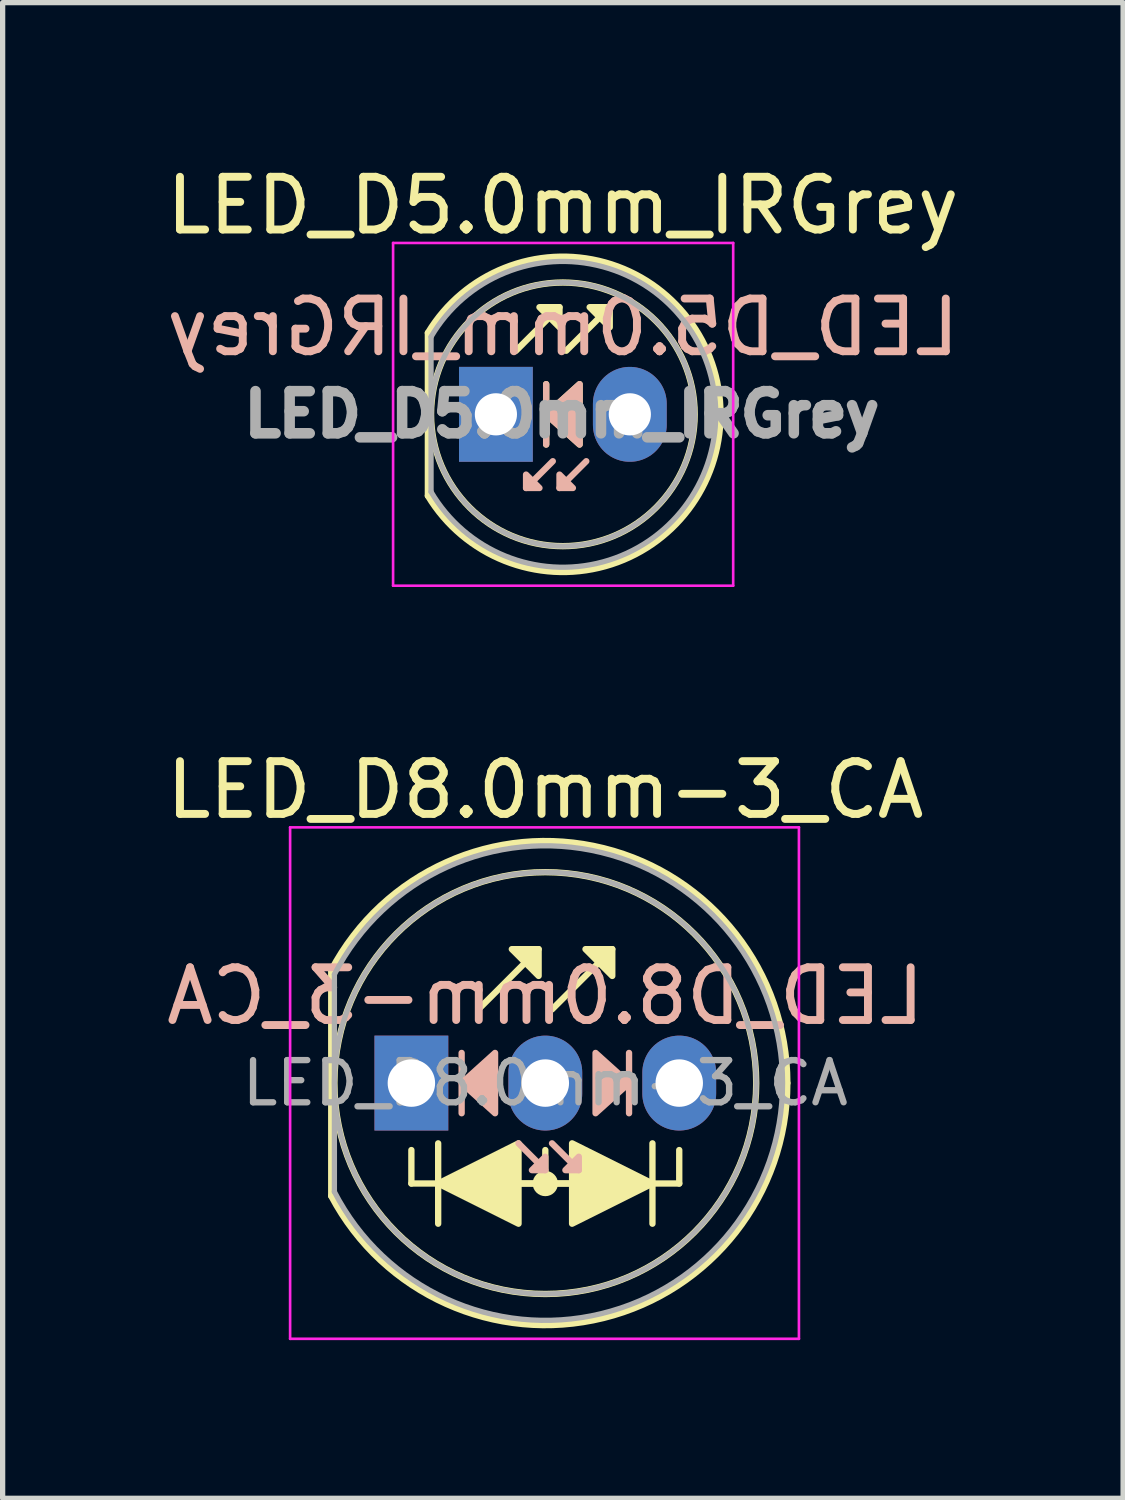
<source format=kicad_pcb>
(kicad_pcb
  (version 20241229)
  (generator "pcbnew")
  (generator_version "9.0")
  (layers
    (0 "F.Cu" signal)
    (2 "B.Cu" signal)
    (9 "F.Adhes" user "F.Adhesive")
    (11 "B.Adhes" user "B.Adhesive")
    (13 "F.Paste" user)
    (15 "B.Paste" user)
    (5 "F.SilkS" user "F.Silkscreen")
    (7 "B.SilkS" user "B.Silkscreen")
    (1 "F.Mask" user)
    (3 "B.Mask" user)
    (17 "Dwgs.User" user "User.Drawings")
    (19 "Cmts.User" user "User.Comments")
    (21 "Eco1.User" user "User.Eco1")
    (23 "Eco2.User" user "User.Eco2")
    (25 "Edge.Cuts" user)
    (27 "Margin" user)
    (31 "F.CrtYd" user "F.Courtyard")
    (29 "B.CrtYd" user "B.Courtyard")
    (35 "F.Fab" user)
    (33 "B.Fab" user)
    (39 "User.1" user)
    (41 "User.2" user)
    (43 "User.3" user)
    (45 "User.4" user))
  (footprint "LED_D8.0mm-3_CA"
    (layer "F.Cu")
    (at 4.752 17.491)
    (property "Reference" "LED_D8.0mm-3_CA" (at 2.54 -5.56 0) (layer "F.SilkS") (effects (font (size 1 1) (thickness 0.15))))
    (fp_line (start -1.52 -2.142) (end -1.52 2.142) (stroke (width 0.12) (type solid)) (layer "F.SilkS"))
    (fp_line (start 0 1.905) (end 0 1.27) (stroke (width 0.12) (type solid)) (layer "F.SilkS"))
    (fp_line (start 0.508 1.143) (end 0.508 2.667) (stroke (width 0.12) (type solid)) (layer "F.SilkS"))
    (fp_line (start 0.508 1.905) (end 0 1.905) (stroke (width 0.12) (type solid)) (layer "F.SilkS"))
    (fp_line (start 1.27 -1.397) (end 2.413 -2.54) (stroke (width 0.12) (type solid)) (layer "F.SilkS"))
    (fp_line (start 2.032 1.905) (end 3.048 1.905) (stroke (width 0.12) (type solid)) (layer "F.SilkS"))
    (fp_line (start 2.54 1.905) (end 2.54 1.27) (stroke (width 0.12) (type solid)) (layer "F.SilkS"))
    (fp_line (start 2.667 -1.397) (end 3.81 -2.54) (stroke (width 0.12) (type solid)) (layer "F.SilkS"))
    (fp_line (start 3.048 1.905) (end 2.032 1.905) (stroke (width 0.12) (type solid)) (layer "F.SilkS"))
    (fp_line (start 4.572 1.905) (end 5.08 1.905) (stroke (width 0.12) (type solid)) (layer "F.SilkS"))
    (fp_line (start 4.572 2.667) (end 4.572 1.143) (stroke (width 0.12) (type solid)) (layer "F.SilkS"))
    (fp_line (start 5.08 1.905) (end 5.08 1.27) (stroke (width 0.12) (type solid)) (layer "F.SilkS"))
    (fp_arc (start -1.52 -2.141145) (mid 3.643119 -4.455472) (end 7.13 0.000486) (stroke (width 0.12) (type solid)) (layer "F.SilkS"))
    (fp_arc (start 7.13 -0.000486) (mid 3.643119 4.455472) (end -1.52 2.141145) (stroke (width 0.12) (type solid)) (layer "F.SilkS"))
    (fp_circle (center 2.54 0) (end 6.54 0) (stroke (width 0.12) (type solid)) (fill no) (layer "F.SilkS"))
    (fp_circle (center 2.54 1.905) (end 2.72 1.905) (stroke (width 0.12) (type solid)) (fill yes) (layer "F.SilkS"))
    (fp_poly (pts (xy 2.032 2.667) (xy 0.508 1.905) (xy 2.032 1.143)) (stroke (width 0.12) (type solid)) (fill yes) (layer "F.SilkS"))
    (fp_poly (pts (xy 2.413 -2.032) (xy 1.905 -2.54) (xy 2.413 -2.54)) (stroke (width 0.12) (type solid)) (fill yes) (layer "F.SilkS"))
    (fp_poly (pts (xy 3.048 1.143) (xy 4.572 1.905) (xy 3.048 2.667)) (stroke (width 0.12) (type solid)) (fill yes) (layer "F.SilkS"))
    (fp_poly (pts (xy 3.81 -2.032) (xy 3.302 -2.54) (xy 3.81 -2.54)) (stroke (width 0.12) (type solid)) (fill yes) (layer "F.SilkS"))
    (fp_line (start 0.953 -0.572) (end 0.953 0.572) (stroke (width 0.12) (type solid)) (layer "B.SilkS"))
    (fp_line (start 2.54 1.651) (end 2.032 1.143) (stroke (width 0.12) (type solid)) (layer "B.SilkS"))
    (fp_line (start 3.175 1.651) (end 2.667 1.143) (stroke (width 0.12) (type solid)) (layer "B.SilkS"))
    (fp_line (start 4.128 0.572) (end 4.128 -0.572) (stroke (width 0.12) (type solid)) (layer "B.SilkS"))
    (fp_poly (pts (xy 1.587 0.572) (xy 0.953 0) (xy 1.587 -0.572)) (stroke (width 0.12) (type solid)) (fill yes) (layer "B.SilkS"))
    (fp_poly (pts (xy 2.54 1.397) (xy 2.286 1.651) (xy 2.54 1.651)) (stroke (width 0.12) (type solid)) (fill yes) (layer "B.SilkS"))
    (fp_poly (pts (xy 3.175 1.397) (xy 2.921 1.651) (xy 3.175 1.651)) (stroke (width 0.12) (type solid)) (fill yes) (layer "B.SilkS"))
    (fp_poly (pts (xy 3.493 0.572) (xy 4.128 0) (xy 3.493 -0.572)) (stroke (width 0.12) (type solid)) (fill yes) (layer "B.SilkS"))
    (fp_line (start -2.3 -4.85) (end -2.3 4.85) (stroke (width 0.05) (type solid)) (layer "F.CrtYd"))
    (fp_line (start -2.3 4.85) (end 7.35 4.85) (stroke (width 0.05) (type solid)) (layer "F.CrtYd"))
    (fp_line (start 7.35 -4.85) (end -2.3 -4.85) (stroke (width 0.05) (type solid)) (layer "F.CrtYd"))
    (fp_line (start 7.35 4.85) (end 7.35 -4.85) (stroke (width 0.05) (type solid)) (layer "F.CrtYd"))
    (fp_line (start -1.46 -2.062) (end -1.46 2.062) (stroke (width 0.1) (type solid)) (layer "F.Fab"))
    (fp_arc (start -1.46 -2.061553) (mid 7.04 0.00126) (end -1.461154 2.059312) (stroke (width 0.1) (type solid)) (layer "F.Fab"))
    (fp_circle (center 2.54 0) (end 6.54 0) (stroke (width 0.1) (type solid)) (fill no) (layer "F.Fab"))
    (fp_text user "${REFERENCE}" (at 2.54 -1.651 0) (layer "B.SilkS") (effects (font (size 1 1) (thickness 0.15)) (justify mirror)))
    (fp_text user "${REFERENCE}" (at 2.54 0 0) (layer "F.Fab") (effects (font (size 0.8 0.8) (thickness 0.12))))
    (pad "1" thru_hole rect (at 0 0) (size 1.4 1.8) (drill 0.9) (layers "*.Cu" "*.Mask"))
    (pad "2" thru_hole oval (at 2.54 0) (size 1.4 1.8) (drill 0.9) (layers "*.Cu" "*.Mask"))
    (pad "3" thru_hole oval (at 5.08 0) (size 1.4 1.8) (drill 0.9) (layers "*.Cu" "*.Mask")))
  (footprint "LED_D5.0mm_IRGrey"
    (layer "F.Cu")
    (at 6.355 4.808)
    (property "Reference" "LED_D5.0mm_IRGrey" (at 1.27 -3.96 0) (layer "F.SilkS") (effects (font (size 1 1) (thickness 0.15))))
    (fp_line (start -1.29 -1.545) (end -1.29 1.545) (stroke (width 0.12) (type solid)) (layer "F.SilkS"))
    (fp_line (start 0.381 -1.206) (end 1.206 -2.032) (stroke (width 0.12) (type solid)) (layer "F.SilkS"))
    (fp_line (start 0.953 -0.572) (end 0.953 0.572) (stroke (width 0.12) (type solid)) (layer "F.SilkS"))
    (fp_line (start 1.333 -1.206) (end 2.159 -2.032) (stroke (width 0.12) (type solid)) (layer "F.SilkS"))
    (fp_arc (start -1.29 -1.54483) (mid 2.072002 -2.880433) (end 4.26 0.000462) (stroke (width 0.12) (type solid)) (layer "F.SilkS"))
    (fp_arc (start 4.26 -0.000462) (mid 2.072002 2.880433) (end -1.29 1.54483) (stroke (width 0.12) (type solid)) (layer "F.SilkS"))
    (fp_circle (center 1.27 0) (end 3.77 0) (stroke (width 0.12) (type solid)) (fill no) (layer "F.SilkS"))
    (fp_poly (pts (xy 1.206 -1.651) (xy 0.826 -2.032) (xy 1.206 -2.032)) (stroke (width 0.12) (type solid)) (fill yes) (layer "F.SilkS"))
    (fp_poly (pts (xy 1.587 0.572) (xy 0.953 0) (xy 1.587 -0.572)) (stroke (width 0.12) (type solid)) (fill yes) (layer "F.SilkS"))
    (fp_poly (pts (xy 2.159 -1.651) (xy 1.778 -2.032) (xy 2.159 -2.032)) (stroke (width 0.12) (type solid)) (fill yes) (layer "F.SilkS"))
    (fp_line (start 0.953 -0.572) (end 0.953 0.572) (stroke (width 0.12) (type solid)) (layer "B.SilkS"))
    (fp_line (start 1.079 0.889) (end 0.572 1.397) (stroke (width 0.12) (type solid)) (layer "B.SilkS"))
    (fp_line (start 1.714 0.889) (end 1.206 1.397) (stroke (width 0.12) (type solid)) (layer "B.SilkS"))
    (fp_poly (pts (xy 0.572 1.143) (xy 0.826 1.397) (xy 0.572 1.397)) (stroke (width 0.12) (type solid)) (fill yes) (layer "B.SilkS"))
    (fp_poly (pts (xy 1.206 1.143) (xy 1.46 1.397) (xy 1.206 1.397)) (stroke (width 0.12) (type solid)) (fill yes) (layer "B.SilkS"))
    (fp_poly (pts (xy 1.587 0.572) (xy 0.953 0) (xy 1.587 -0.572)) (stroke (width 0.12) (type solid)) (fill yes) (layer "B.SilkS"))
    (fp_line (start -1.95 -3.25) (end -1.95 3.25) (stroke (width 0.05) (type solid)) (layer "F.CrtYd"))
    (fp_line (start -1.95 3.25) (end 4.5 3.25) (stroke (width 0.05) (type solid)) (layer "F.CrtYd"))
    (fp_line (start 4.5 -3.25) (end -1.95 -3.25) (stroke (width 0.05) (type solid)) (layer "F.CrtYd"))
    (fp_line (start 4.5 3.25) (end 4.5 -3.25) (stroke (width 0.05) (type solid)) (layer "F.CrtYd"))
    (fp_line (start -1.23 -1.47) (end -1.23 1.47) (stroke (width 0.1) (type solid)) (layer "F.Fab"))
    (fp_arc (start -1.23 -1.469694) (mid 4.17 0.000016) (end -1.230016 1.469666) (stroke (width 0.1) (type solid)) (layer "F.Fab"))
    (fp_circle (center 1.27 0) (end 3.77 0) (stroke (width 0.1) (type solid)) (fill no) (layer "F.Fab"))
    (fp_text user "${REFERENCE}" (at 1.27 -1.651 0) (layer "B.SilkS") (effects (font (size 1 1) (thickness 0.15)) (justify mirror)))
    (fp_text user "${REFERENCE}" (at 1.25 0 0) (layer "F.Fab") (effects (font (size 0.8 0.8) (thickness 0.2))))
    (pad "1" thru_hole rect (at 0 0) (size 1.4 1.8) (drill 0.8) (layers "*.Cu" "*.Mask"))
    (pad "2" thru_hole oval (at 2.54 0) (size 1.4 1.8) (drill 0.8) (layers "*.Cu" "*.Mask")))
  (gr_rect
    (start -3 -3)
    (end 18.25 25.366)
    (stroke (width 0.1) (type default))
    (fill no)
    (layer "Edge.Cuts")))
</source>
